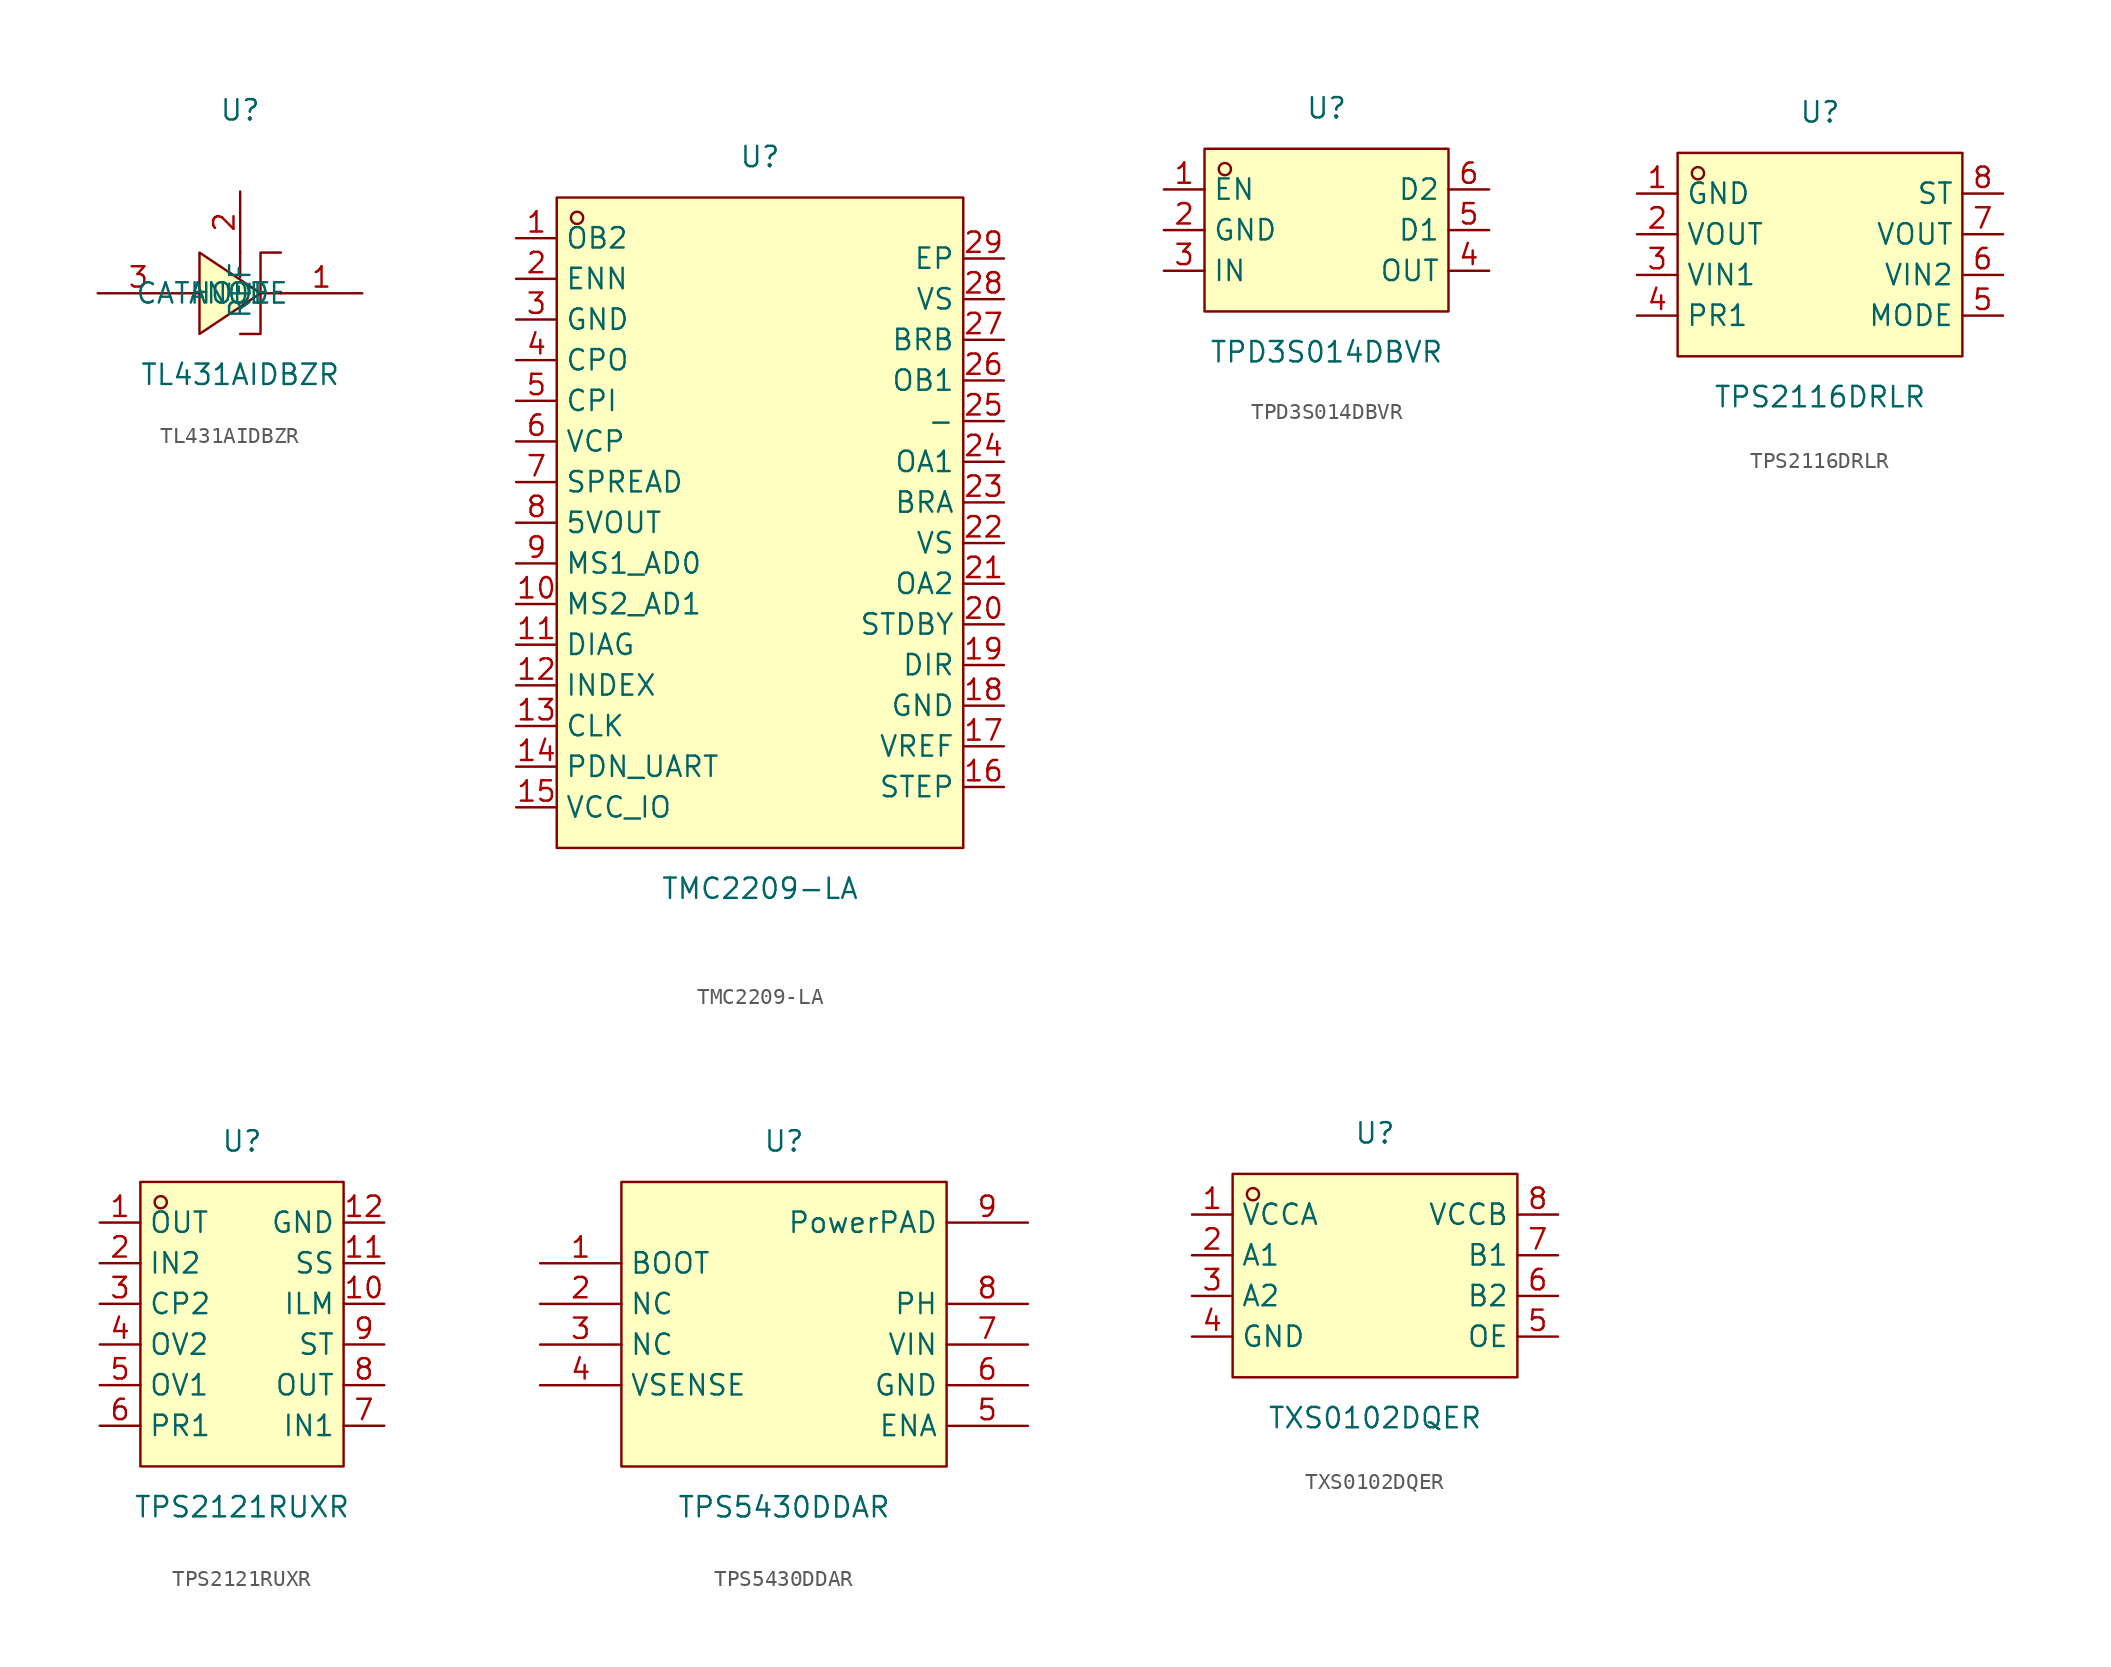
<source format=kicad_sym>
(kicad_symbol_lib
  (version 20231120)
  (generator "kicad_symbol_editor")
  (generator_version "8.0")
  (symbol "TL431AIDBZR"
    (property "Reference" "U"
      (at 0 8.89 0)
      (effects (font (size 1.27 1.27))))
    (property "Value" "TL431AIDBZR"
      (at 0 -7.62 0)
      (effects (font (size 1.27 1.27))))
    (symbol "TL431AIDBZR_0_1"
      (polyline (pts (xy -3.81 -2.54) (xy -2.54 -2.54)) (stroke (width 0) (type default)) (fill (type none)))
      (polyline (pts (xy 0 0) (xy 0 -1.52)) (stroke (width 0) (type default)) (fill (type none)))
      (polyline (pts (xy 1.27 -2.54) (xy 2.54 -2.54)) (stroke (width 0) (type default)) (fill (type none)))
      (polyline (pts (xy -2.54 -5.08) (xy 1.27 -2.54) (xy -2.54 0) (xy -2.54 -5.08)) (stroke (width 0) (type default)) (fill (type background)))
      (polyline (pts (xy 2.54 0) (xy 1.27 0) (xy 1.27 -5.08) (xy 0 -5.08)) (stroke (width 0) (type default)) (fill (type none)))
      (pin unspecified line (at 7.62 -2.54 180) (length 5.08) (name "CATHODE" (effects (font (size 1.27 1.27)))) (number "1" (effects (font (size 1.27 1.27)))))
      (pin unspecified line (at 0 3.81 270) (length 3.81) (name "REF" (effects (font (size 1.27 1.27)))) (number "2" (effects (font (size 1.27 1.27)))))
      (pin unspecified line (at -8.89 -2.54 0) (length 5.08) (name "ANODE" (effects (font (size 1.27 1.27)))) (number "3" (effects (font (size 1.27 1.27)))))))
  (symbol "TMC2209-LA"
    (property "Reference" "U"
      (at 0 22.86 0)
      (effects (font (size 1.27 1.27))))
    (property "Value" "TMC2209-LA"
      (at 0 -22.86 0)
      (effects (font (size 1.27 1.27))))
    (symbol "TMC2209-LA_0_1"
      (rectangle (start -12.7 20.32) (end 12.7 -20.32) (stroke (width 0) (type default)) (fill (type background)))
      (circle (center -11.43 19.05) (radius 0.38) (stroke (width 0) (type default)) (fill (type none)))
      (pin unspecified line (at -15.24 17.78 0) (length 2.54) (name "OB2" (effects (font (size 1.27 1.27)))) (number "1" (effects (font (size 1.27 1.27)))))
      (pin unspecified line (at -15.24 -5.08 0) (length 2.54) (name "MS2_AD1" (effects (font (size 1.27 1.27)))) (number "10" (effects (font (size 1.27 1.27)))))
      (pin unspecified line (at -15.24 -7.62 0) (length 2.54) (name "DIAG" (effects (font (size 1.27 1.27)))) (number "11" (effects (font (size 1.27 1.27)))))
      (pin unspecified line (at -15.24 -10.16 0) (length 2.54) (name "INDEX" (effects (font (size 1.27 1.27)))) (number "12" (effects (font (size 1.27 1.27)))))
      (pin unspecified line (at -15.24 -12.7 0) (length 2.54) (name "CLK" (effects (font (size 1.27 1.27)))) (number "13" (effects (font (size 1.27 1.27)))))
      (pin unspecified line (at -15.24 -15.24 0) (length 2.54) (name "PDN_UART" (effects (font (size 1.27 1.27)))) (number "14" (effects (font (size 1.27 1.27)))))
      (pin unspecified line (at -15.24 -17.78 0) (length 2.54) (name "VCC_IO" (effects (font (size 1.27 1.27)))) (number "15" (effects (font (size 1.27 1.27)))))
      (pin unspecified line (at 15.24 -16.51 180) (length 2.54) (name "STEP" (effects (font (size 1.27 1.27)))) (number "16" (effects (font (size 1.27 1.27)))))
      (pin unspecified line (at 15.24 -13.97 180) (length 2.54) (name "VREF" (effects (font (size 1.27 1.27)))) (number "17" (effects (font (size 1.27 1.27)))))
      (pin unspecified line (at 15.24 -11.43 180) (length 2.54) (name "GND" (effects (font (size 1.27 1.27)))) (number "18" (effects (font (size 1.27 1.27)))))
      (pin unspecified line (at 15.24 -8.89 180) (length 2.54) (name "DIR" (effects (font (size 1.27 1.27)))) (number "19" (effects (font (size 1.27 1.27)))))
      (pin unspecified line (at -15.24 15.24 0) (length 2.54) (name "ENN" (effects (font (size 1.27 1.27)))) (number "2" (effects (font (size 1.27 1.27)))))
      (pin unspecified line (at 15.24 -6.35 180) (length 2.54) (name "STDBY" (effects (font (size 1.27 1.27)))) (number "20" (effects (font (size 1.27 1.27)))))
      (pin unspecified line (at 15.24 -3.81 180) (length 2.54) (name "OA2" (effects (font (size 1.27 1.27)))) (number "21" (effects (font (size 1.27 1.27)))))
      (pin unspecified line (at 15.24 -1.27 180) (length 2.54) (name "VS" (effects (font (size 1.27 1.27)))) (number "22" (effects (font (size 1.27 1.27)))))
      (pin unspecified line (at 15.24 1.27 180) (length 2.54) (name "BRA" (effects (font (size 1.27 1.27)))) (number "23" (effects (font (size 1.27 1.27)))))
      (pin unspecified line (at 15.24 3.81 180) (length 2.54) (name "OA1" (effects (font (size 1.27 1.27)))) (number "24" (effects (font (size 1.27 1.27)))))
      (pin unspecified line (at 15.24 6.35 180) (length 2.54) (name "-" (effects (font (size 1.27 1.27)))) (number "25" (effects (font (size 1.27 1.27)))))
      (pin unspecified line (at 15.24 8.89 180) (length 2.54) (name "OB1" (effects (font (size 1.27 1.27)))) (number "26" (effects (font (size 1.27 1.27)))))
      (pin unspecified line (at 15.24 11.43 180) (length 2.54) (name "BRB" (effects (font (size 1.27 1.27)))) (number "27" (effects (font (size 1.27 1.27)))))
      (pin unspecified line (at 15.24 13.97 180) (length 2.54) (name "VS" (effects (font (size 1.27 1.27)))) (number "28" (effects (font (size 1.27 1.27)))))
      (pin unspecified line (at 15.24 16.51 180) (length 2.54) (name "EP" (effects (font (size 1.27 1.27)))) (number "29" (effects (font (size 1.27 1.27)))))
      (pin unspecified line (at -15.24 12.7 0) (length 2.54) (name "GND" (effects (font (size 1.27 1.27)))) (number "3" (effects (font (size 1.27 1.27)))))
      (pin unspecified line (at -15.24 10.16 0) (length 2.54) (name "CPO" (effects (font (size 1.27 1.27)))) (number "4" (effects (font (size 1.27 1.27)))))
      (pin unspecified line (at -15.24 7.62 0) (length 2.54) (name "CPI" (effects (font (size 1.27 1.27)))) (number "5" (effects (font (size 1.27 1.27)))))
      (pin unspecified line (at -15.24 5.08 0) (length 2.54) (name "VCP" (effects (font (size 1.27 1.27)))) (number "6" (effects (font (size 1.27 1.27)))))
      (pin unspecified line (at -15.24 2.54 0) (length 2.54) (name "SPREAD" (effects (font (size 1.27 1.27)))) (number "7" (effects (font (size 1.27 1.27)))))
      (pin unspecified line (at -15.24 0 0) (length 2.54) (name "5VOUT" (effects (font (size 1.27 1.27)))) (number "8" (effects (font (size 1.27 1.27)))))
      (pin unspecified line (at -15.24 -2.54 0) (length 2.54) (name "MS1_AD0" (effects (font (size 1.27 1.27)))) (number "9" (effects (font (size 1.27 1.27)))))))
  (symbol "TPD3S014DBVR"
    (property "Reference" "U"
      (at 0 7.62 0)
      (effects (font (size 1.27 1.27))))
    (property "Value" "TPD3S014DBVR"
      (at 0 -7.62 0)
      (effects (font (size 1.27 1.27))))
    (symbol "TPD3S014DBVR_0_1"
      (rectangle (start -7.62 5.08) (end 7.62 -5.08) (stroke (width 0) (type default)) (fill (type background)))
      (circle (center -6.35 3.81) (radius 0.38) (stroke (width 0) (type default)) (fill (type none)))
      (pin unspecified line (at -10.16 2.54 0) (length 2.54) (name "EN" (effects (font (size 1.27 1.27)))) (number "1" (effects (font (size 1.27 1.27)))))
      (pin unspecified line (at -10.16 0 0) (length 2.54) (name "GND" (effects (font (size 1.27 1.27)))) (number "2" (effects (font (size 1.27 1.27)))))
      (pin unspecified line (at -10.16 -2.54 0) (length 2.54) (name "IN" (effects (font (size 1.27 1.27)))) (number "3" (effects (font (size 1.27 1.27)))))
      (pin unspecified line (at 10.16 -2.54 180) (length 2.54) (name "OUT" (effects (font (size 1.27 1.27)))) (number "4" (effects (font (size 1.27 1.27)))))
      (pin unspecified line (at 10.16 0 180) (length 2.54) (name "D1" (effects (font (size 1.27 1.27)))) (number "5" (effects (font (size 1.27 1.27)))))
      (pin unspecified line (at 10.16 2.54 180) (length 2.54) (name "D2" (effects (font (size 1.27 1.27)))) (number "6" (effects (font (size 1.27 1.27)))))))
  (symbol "TPS2116DRLR"
    (property "Reference" "U"
      (at 0 8.89 0)
      (effects (font (size 1.27 1.27))))
    (property "Value" "TPS2116DRLR"
      (at 0 -8.89 0)
      (effects (font (size 1.27 1.27))))
    (symbol "TPS2116DRLR_0_1"
      (rectangle (start -8.89 6.35) (end 8.89 -6.35) (stroke (width 0) (type default)) (fill (type background)))
      (circle (center -7.62 5.08) (radius 0.38) (stroke (width 0) (type default)) (fill (type none)))
      (pin unspecified line (at -11.43 3.81 0) (length 2.54) (name "GND" (effects (font (size 1.27 1.27)))) (number "1" (effects (font (size 1.27 1.27)))))
      (pin unspecified line (at -11.43 1.27 0) (length 2.54) (name "VOUT" (effects (font (size 1.27 1.27)))) (number "2" (effects (font (size 1.27 1.27)))))
      (pin unspecified line (at -11.43 -1.27 0) (length 2.54) (name "VIN1" (effects (font (size 1.27 1.27)))) (number "3" (effects (font (size 1.27 1.27)))))
      (pin unspecified line (at -11.43 -3.81 0) (length 2.54) (name "PR1" (effects (font (size 1.27 1.27)))) (number "4" (effects (font (size 1.27 1.27)))))
      (pin unspecified line (at 11.43 -3.81 180) (length 2.54) (name "MODE" (effects (font (size 1.27 1.27)))) (number "5" (effects (font (size 1.27 1.27)))))
      (pin unspecified line (at 11.43 -1.27 180) (length 2.54) (name "VIN2" (effects (font (size 1.27 1.27)))) (number "6" (effects (font (size 1.27 1.27)))))
      (pin unspecified line (at 11.43 1.27 180) (length 2.54) (name "VOUT" (effects (font (size 1.27 1.27)))) (number "7" (effects (font (size 1.27 1.27)))))
      (pin unspecified line (at 11.43 3.81 180) (length 2.54) (name "ST" (effects (font (size 1.27 1.27)))) (number "8" (effects (font (size 1.27 1.27)))))))
  (symbol "TPS2121RUXR"
    (property "Reference" "U"
      (at 0 11.43 0)
      (effects (font (size 1.27 1.27))))
    (property "Value" "TPS2121RUXR"
      (at 0 -11.43 0)
      (effects (font (size 1.27 1.27))))
    (symbol "TPS2121RUXR_0_1"
      (rectangle (start -6.35 8.89) (end 6.35 -8.89) (stroke (width 0) (type default)) (fill (type background)))
      (circle (center -5.08 7.62) (radius 0.38) (stroke (width 0) (type default)) (fill (type none)))
      (pin unspecified line (at -8.89 6.35 0) (length 2.54) (name "OUT" (effects (font (size 1.27 1.27)))) (number "1" (effects (font (size 1.27 1.27)))))
      (pin unspecified line (at 8.89 1.27 180) (length 2.54) (name "ILM" (effects (font (size 1.27 1.27)))) (number "10" (effects (font (size 1.27 1.27)))))
      (pin unspecified line (at 8.89 3.81 180) (length 2.54) (name "SS" (effects (font (size 1.27 1.27)))) (number "11" (effects (font (size 1.27 1.27)))))
      (pin unspecified line (at 8.89 6.35 180) (length 2.54) (name "GND" (effects (font (size 1.27 1.27)))) (number "12" (effects (font (size 1.27 1.27)))))
      (pin unspecified line (at -8.89 3.81 0) (length 2.54) (name "IN2" (effects (font (size 1.27 1.27)))) (number "2" (effects (font (size 1.27 1.27)))))
      (pin unspecified line (at -8.89 1.27 0) (length 2.54) (name "CP2" (effects (font (size 1.27 1.27)))) (number "3" (effects (font (size 1.27 1.27)))))
      (pin unspecified line (at -8.89 -1.27 0) (length 2.54) (name "OV2" (effects (font (size 1.27 1.27)))) (number "4" (effects (font (size 1.27 1.27)))))
      (pin unspecified line (at -8.89 -3.81 0) (length 2.54) (name "OV1" (effects (font (size 1.27 1.27)))) (number "5" (effects (font (size 1.27 1.27)))))
      (pin unspecified line (at -8.89 -6.35 0) (length 2.54) (name "PR1" (effects (font (size 1.27 1.27)))) (number "6" (effects (font (size 1.27 1.27)))))
      (pin unspecified line (at 8.89 -6.35 180) (length 2.54) (name "IN1" (effects (font (size 1.27 1.27)))) (number "7" (effects (font (size 1.27 1.27)))))
      (pin unspecified line (at 8.89 -3.81 180) (length 2.54) (name "OUT" (effects (font (size 1.27 1.27)))) (number "8" (effects (font (size 1.27 1.27)))))
      (pin unspecified line (at 8.89 -1.27 180) (length 2.54) (name "ST" (effects (font (size 1.27 1.27)))) (number "9" (effects (font (size 1.27 1.27)))))))
  (symbol "TPS5430DDAR"
    (property "Reference" "U"
      (at 0 11.43 0)
      (effects (font (size 1.27 1.27))))
    (property "Value" "TPS5430DDAR"
      (at 0 -11.43 0)
      (effects (font (size 1.27 1.27))))
    (symbol "TPS5430DDAR_0_1"
      (rectangle (start -10.16 8.89) (end 10.16 -8.89) (stroke (width 0) (type default)) (fill (type background)))
      (pin unspecified line (at -15.24 3.81 0) (length 5.08) (name "BOOT" (effects (font (size 1.27 1.27)))) (number "1" (effects (font (size 1.27 1.27)))))
      (pin unspecified line (at -15.24 1.27 0) (length 5.08) (name "NC" (effects (font (size 1.27 1.27)))) (number "2" (effects (font (size 1.27 1.27)))))
      (pin unspecified line (at -15.24 -1.27 0) (length 5.08) (name "NC" (effects (font (size 1.27 1.27)))) (number "3" (effects (font (size 1.27 1.27)))))
      (pin unspecified line (at -15.24 -3.81 0) (length 5.08) (name "VSENSE" (effects (font (size 1.27 1.27)))) (number "4" (effects (font (size 1.27 1.27)))))
      (pin unspecified line (at 15.24 -6.35 180) (length 5.08) (name "ENA" (effects (font (size 1.27 1.27)))) (number "5" (effects (font (size 1.27 1.27)))))
      (pin unspecified line (at 15.24 -3.81 180) (length 5.08) (name "GND" (effects (font (size 1.27 1.27)))) (number "6" (effects (font (size 1.27 1.27)))))
      (pin unspecified line (at 15.24 -1.27 180) (length 5.08) (name "VIN" (effects (font (size 1.27 1.27)))) (number "7" (effects (font (size 1.27 1.27)))))
      (pin unspecified line (at 15.24 1.27 180) (length 5.08) (name "PH" (effects (font (size 1.27 1.27)))) (number "8" (effects (font (size 1.27 1.27)))))
      (pin unspecified line (at 15.24 6.35 180) (length 5.08) (name "PowerPAD" (effects (font (size 1.27 1.27)))) (number "9" (effects (font (size 1.27 1.27)))))))
  (symbol "TXS0102DQER"
    (property "Reference" "U"
      (at 0 8.89 0)
      (effects (font (size 1.27 1.27))))
    (property "Value" "TXS0102DQER"
      (at 0 -8.89 0)
      (effects (font (size 1.27 1.27))))
    (symbol "TXS0102DQER_0_1"
      (rectangle (start -8.89 6.35) (end 8.89 -6.35) (stroke (width 0) (type default)) (fill (type background)))
      (circle (center -7.62 5.08) (radius 0.38) (stroke (width 0) (type default)) (fill (type none)))
      (pin unspecified line (at -11.43 3.81 0) (length 2.54) (name "VCCA" (effects (font (size 1.27 1.27)))) (number "1" (effects (font (size 1.27 1.27)))))
      (pin unspecified line (at -11.43 1.27 0) (length 2.54) (name "A1" (effects (font (size 1.27 1.27)))) (number "2" (effects (font (size 1.27 1.27)))))
      (pin unspecified line (at -11.43 -1.27 0) (length 2.54) (name "A2" (effects (font (size 1.27 1.27)))) (number "3" (effects (font (size 1.27 1.27)))))
      (pin unspecified line (at -11.43 -3.81 0) (length 2.54) (name "GND" (effects (font (size 1.27 1.27)))) (number "4" (effects (font (size 1.27 1.27)))))
      (pin unspecified line (at 11.43 -3.81 180) (length 2.54) (name "OE" (effects (font (size 1.27 1.27)))) (number "5" (effects (font (size 1.27 1.27)))))
      (pin unspecified line (at 11.43 -1.27 180) (length 2.54) (name "B2" (effects (font (size 1.27 1.27)))) (number "6" (effects (font (size 1.27 1.27)))))
      (pin unspecified line (at 11.43 1.27 180) (length 2.54) (name "B1" (effects (font (size 1.27 1.27)))) (number "7" (effects (font (size 1.27 1.27)))))
      (pin unspecified line (at 11.43 3.81 180) (length 2.54) (name "VCCB" (effects (font (size 1.27 1.27)))) (number "8" (effects (font (size 1.27 1.27))))))))
</source>
